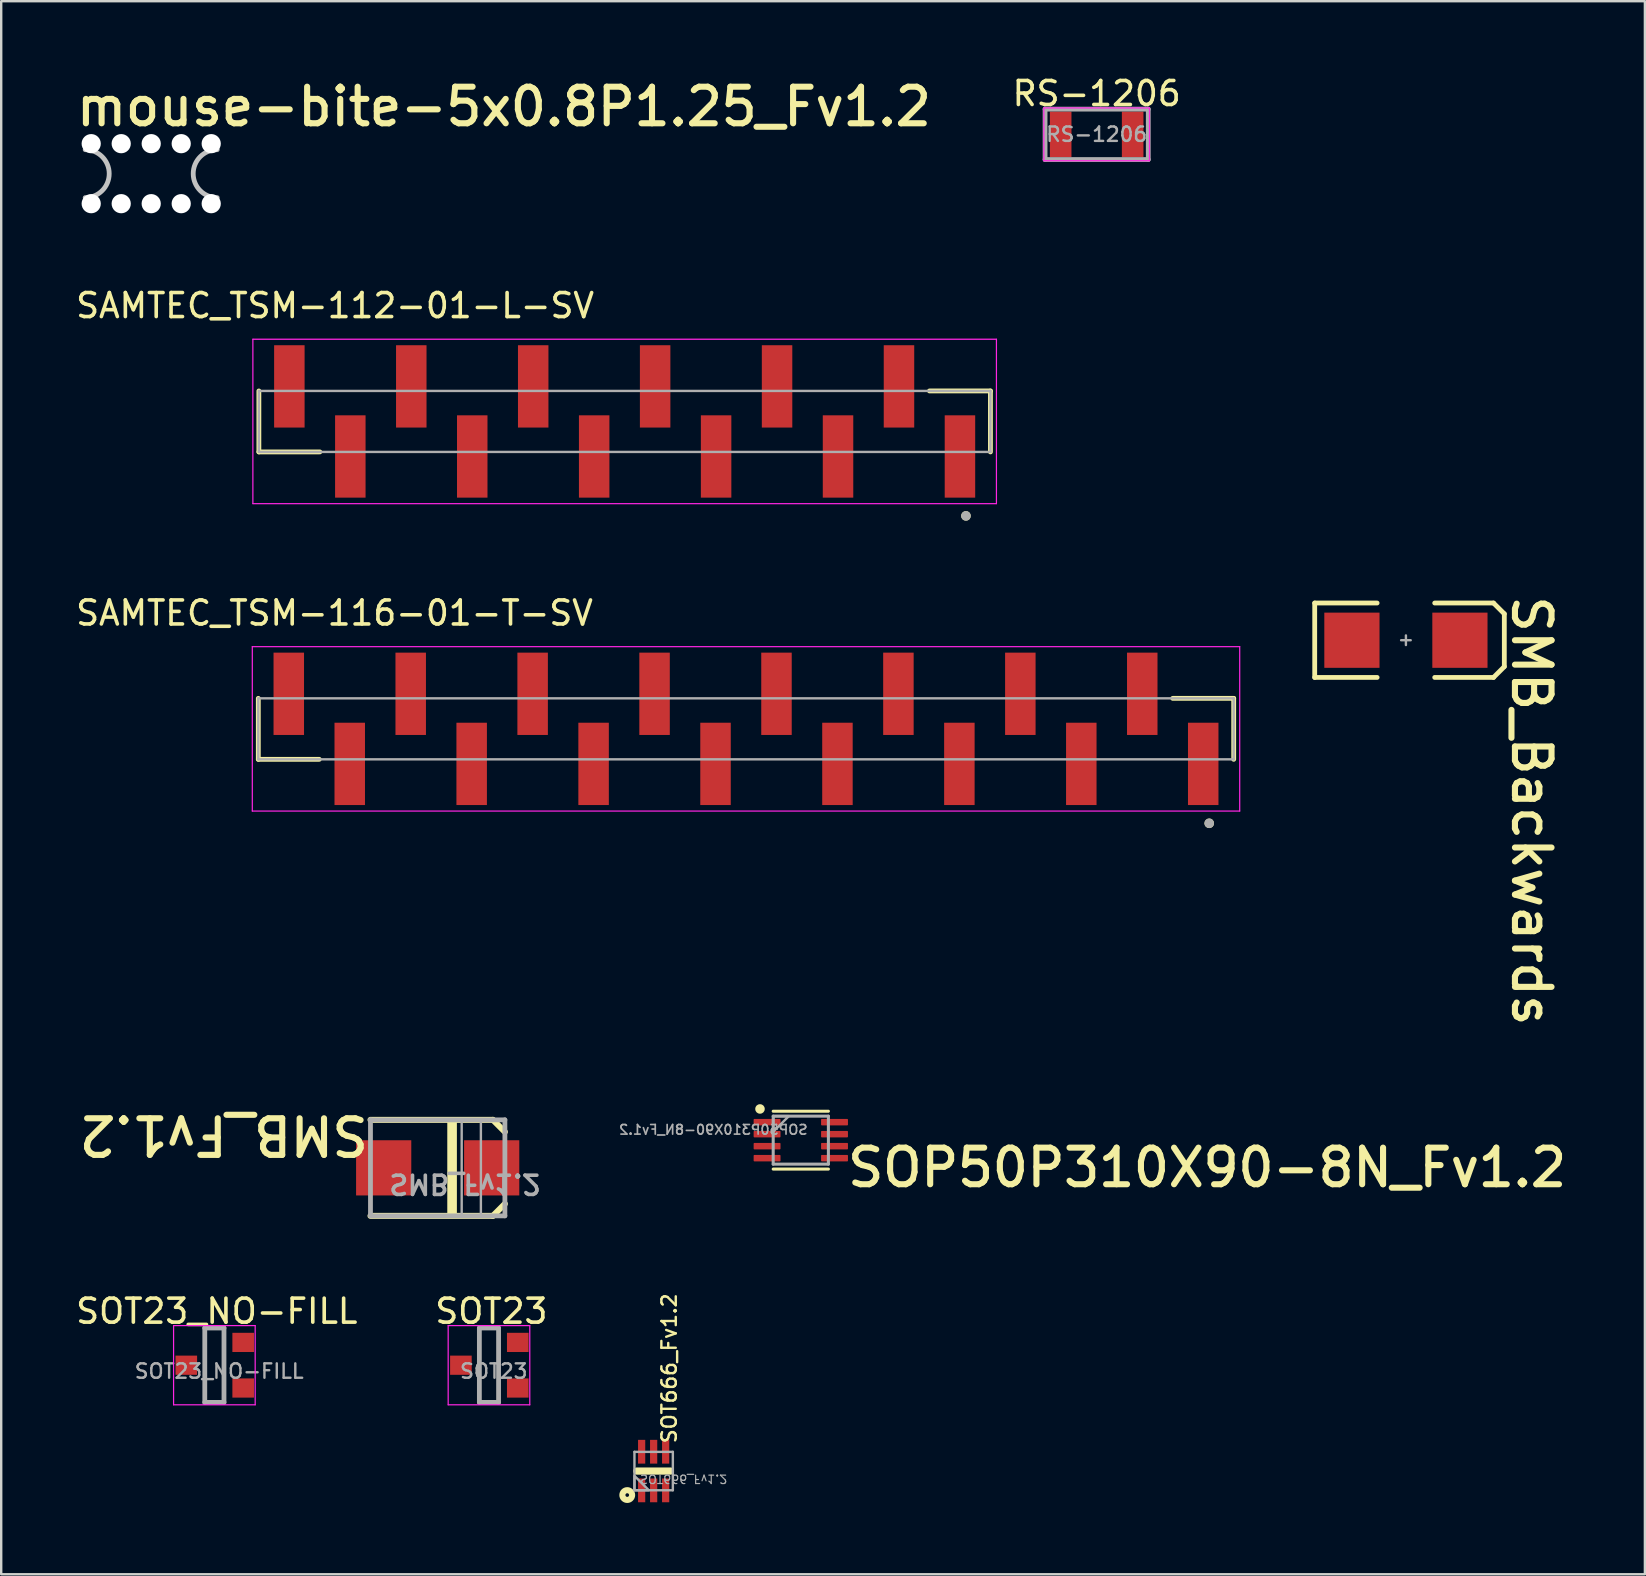
<source format=kicad_pcb>
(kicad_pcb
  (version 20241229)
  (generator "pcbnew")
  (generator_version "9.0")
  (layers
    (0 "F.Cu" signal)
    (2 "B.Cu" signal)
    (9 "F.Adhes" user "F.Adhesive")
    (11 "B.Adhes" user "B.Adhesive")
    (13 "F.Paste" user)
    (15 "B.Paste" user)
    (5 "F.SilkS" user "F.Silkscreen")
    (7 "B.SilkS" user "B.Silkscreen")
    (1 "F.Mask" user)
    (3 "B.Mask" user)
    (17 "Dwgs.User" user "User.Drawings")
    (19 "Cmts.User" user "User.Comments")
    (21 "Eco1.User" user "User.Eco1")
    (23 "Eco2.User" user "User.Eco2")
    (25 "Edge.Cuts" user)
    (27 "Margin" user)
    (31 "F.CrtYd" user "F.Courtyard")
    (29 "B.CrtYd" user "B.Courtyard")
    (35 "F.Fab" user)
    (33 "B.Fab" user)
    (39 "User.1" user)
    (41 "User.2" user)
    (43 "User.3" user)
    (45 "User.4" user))
  (footprint "SOT666_Fv1.2"
    (layer "F.Cu")
    (at 24.184 58.241)
    (property "Reference" "SOT666_Fv1.2" (at 1 -1.1 90) (unlocked yes) (layer "F.SilkS") (effects (font (size 0.6 0.6) (thickness 0.1)) (justify left bottom)))
    (fp_line (start 0.7 0) (end -0.7 0) (stroke (width 0.3) (type solid)) (layer "F.SilkS"))
    (fp_circle (center -1.1 1) (end -1.1 0.924) (stroke (width 0.254) (type solid)) (fill no) (layer "F.SilkS"))
    (fp_line (start -0.8 0.8) (end -0.8 -0.8) (stroke (width 0.1) (type solid)) (layer "F.Fab"))
    (fp_line (start 0.8 -0.8) (end -0.8 -0.8) (stroke (width 0.1) (type solid)) (layer "F.Fab"))
    (fp_line (start 0.8 0.8) (end -0.8 0.8) (stroke (width 0.1) (type solid)) (layer "F.Fab"))
    (fp_line (start 0.8 0.8) (end 0.8 -0.8) (stroke (width 0.1) (type solid)) (layer "F.Fab"))
    (fp_poly (pts (xy -0.8 0.8) (xy -0.8 0.2) (xy -0.2 0.8)) (stroke (width 0.1) (type default)) (fill no) (layer "F.Fab"))
    (fp_text user "${REFERENCE}" (at -0.6 0.125 180) (unlocked yes) (layer "F.Fab") (effects (font (size 0.35 0.35) (thickness 0.05)) (justify left bottom mirror)))
    (pad "1" smd rect (at -0.5 0.805 270) (size 0.99 0.3) (layers "F.Cu" "F.Mask" "F.Paste"))
    (pad "2" smd rect (at 0 0.805 270) (size 0.99 0.3) (layers "F.Cu" "F.Mask" "F.Paste"))
    (pad "3" smd rect (at 0.5 0.805 270) (size 0.99 0.3) (layers "F.Cu" "F.Mask" "F.Paste"))
    (pad "4" smd rect (at 0.5 -0.805 270) (size 0.99 0.3) (layers "F.Cu" "F.Mask" "F.Paste"))
    (pad "5" smd rect (at 0 -0.805 270) (size 0.99 0.3) (layers "F.Cu" "F.Mask" "F.Paste"))
    (pad "6" smd rect (at -0.5 -0.805 270) (size 0.99 0.3) (layers "F.Cu" "F.Mask" "F.Paste")))
  (footprint "mouse-bite-5x0.8P1.25_Fv1.2"
    (layer "F.Cu")
    (at 0.5 5.186)
    (property "Reference" "mouse-bite-5x0.8P1.25_Fv1.2" (at -0.5 -2.9 0) (unlocked yes) (layer "F.SilkS") (effects (font (size 1.524 1.524) (thickness 0.254)) (justify left bottom)))
    (attr board_only exclude_from_bom)
    (fp_arc (start 0 -2) (mid 1 -1) (end 0 0) (stroke (width 0.2) (type solid)) (layer "Dwgs.User"))
    (fp_arc (start 5.5 0) (mid 4.5 -1) (end 5.5 -2) (stroke (width 0.2) (type solid)) (layer "Dwgs.User"))
    (pad "" np_thru_hole circle (at 0.25 -2.25 180) (size 0.8 0.8) (drill 0.8) (layers "*.Cu" "*.Mask"))
    (pad "" np_thru_hole circle (at 0.25 0.25 180) (size 0.8 0.8) (drill 0.8) (layers "*.Cu" "*.Mask"))
    (pad "" np_thru_hole circle (at 1.5 -2.25 180) (size 0.8 0.8) (drill 0.8) (layers "*.Cu" "*.Mask"))
    (pad "" np_thru_hole circle (at 1.5 0.25 180) (size 0.8 0.8) (drill 0.8) (layers "*.Cu" "*.Mask"))
    (pad "" np_thru_hole circle (at 2.75 -2.25 180) (size 0.8 0.8) (drill 0.8) (layers "*.Cu" "*.Mask"))
    (pad "" np_thru_hole circle (at 2.75 0.25 180) (size 0.8 0.8) (drill 0.8) (layers "*.Cu" "*.Mask"))
    (pad "" np_thru_hole circle (at 4 -2.25 180) (size 0.8 0.8) (drill 0.8) (layers "*.Cu" "*.Mask"))
    (pad "" np_thru_hole circle (at 4 0.25 180) (size 0.8 0.8) (drill 0.8) (layers "*.Cu" "*.Mask"))
    (pad "" np_thru_hole circle (at 5.25 -2.25 180) (size 0.8 0.8) (drill 0.8) (layers "*.Cu" "*.Mask"))
    (pad "" np_thru_hole circle (at 5.25 0.25 180) (size 0.8 0.8) (drill 0.8) (layers "*.Cu" "*.Mask"))
    (zone (net_name "") (layers "F.Cu" "B.Cu" "F.Adhes") (hatch edge 0.5) (connect_pads) (min_thickness 0.25) (filled_areas_thickness no) (keepout (tracks not_allowed) (vias not_allowed) (pads allowed) (copperpour not_allowed) (footprints allowed)) (placement (enabled no)) (fill) (polygon (pts (xy 0.6 2.616) (xy 0.6 5.756) (xy 5.9 5.756) (xy 5.9 2.616)))))
  (footprint "RS-1206"
    (layer "F.Cu")
    (at 42.642 2.548)
    (property "Reference" "RS-1206" (at 0 -1.7 0) (layer "F.SilkS") (effects (font (size 1 1) (thickness 0.15))))
    (attr smd)
    (fp_line (start -2.2 -1.1) (end 2.2 -1.1) (stroke (width 0.05) (type solid)) (layer "F.CrtYd"))
    (fp_line (start -2.2 1.1) (end -2.2 -1.1) (stroke (width 0.05) (type solid)) (layer "F.CrtYd"))
    (fp_line (start 2.2 -1.1) (end 2.2 1.1) (stroke (width 0.05) (type solid)) (layer "F.CrtYd"))
    (fp_line (start 2.2 1.1) (end -2.2 1.1) (stroke (width 0.05) (type solid)) (layer "F.CrtYd"))
    (fp_line (start -2.15 -1.05) (end 2.15 -1.05) (stroke (width 0.2) (type solid)) (layer "F.Fab"))
    (fp_line (start -2.15 1.05) (end -2.15 -1.05) (stroke (width 0.2) (type solid)) (layer "F.Fab"))
    (fp_line (start 2.15 -1.05) (end 2.15 1.05) (stroke (width 0.2) (type solid)) (layer "F.Fab"))
    (fp_line (start 2.15 1.05) (end -2.15 1.05) (stroke (width 0.2) (type solid)) (layer "F.Fab"))
    (fp_text user "${REFERENCE}" (at 0 0 0) (layer "F.Fab") (effects (font (size 0.6 0.6) (thickness 0.1) (bold yes))))
    (pad "1" smd rect (at -1.5 0) (size 0.9 1.9) (layers "F.Cu" "F.Mask" "F.Paste"))
    (pad "2" smd rect (at 1.5 0) (size 0.9 1.9) (layers "F.Cu" "F.Mask" "F.Paste")))
  (footprint "SOT23_NO-FILL"
    (layer "F.Cu")
    (at 7.082 54.781)
    (property "Reference" "SOT23_NO-FILL" (at -1.1 -3.2 0) (layer "F.SilkS") (effects (font (size 1 1) (thickness 0.15))))
    (attr smd)
    (fp_line (start -2.9 -2.6) (end 0.5 -2.6) (stroke (width 0.05) (type solid)) (layer "F.CrtYd"))
    (fp_line (start -2.9 0.7) (end -2.9 -2.6) (stroke (width 0.05) (type solid)) (layer "F.CrtYd"))
    (fp_line (start 0.5 -2.6) (end 0.5 0.7) (stroke (width 0.05) (type solid)) (layer "F.CrtYd"))
    (fp_line (start 0.5 0.7) (end -2.9 0.7) (stroke (width 0.05) (type solid)) (layer "F.CrtYd"))
    (fp_line (start -1.6 -2.5) (end -0.8 -2.5) (stroke (width 0.2) (type solid)) (layer "F.Fab"))
    (fp_line (start -1.6 0.6) (end -1.6 -2.5) (stroke (width 0.2) (type solid)) (layer "F.Fab"))
    (fp_line (start -0.8 -2.5) (end -0.8 0.6) (stroke (width 0.2) (type solid)) (layer "F.Fab"))
    (fp_line (start -0.8 0.6) (end -1.6 0.6) (stroke (width 0.2) (type solid)) (layer "F.Fab"))
    (fp_text user "${REFERENCE}" (at -1 -0.7 0) (layer "F.Fab") (effects (font (size 0.6 0.6) (thickness 0.1) (bold yes))))
    (pad "1" smd rect (at 0 0) (size 0.9 0.8) (layers "F.Cu" "F.Mask" "F.Paste"))
    (pad "2" smd rect (at 0 -1.9) (size 0.9 0.8) (layers "F.Cu" "F.Mask" "F.Paste"))
    (pad "3" smd rect (at -2.37 -0.95) (size 0.9 0.8) (layers "F.Cu" "F.Mask" "F.Paste")))
  (footprint "SMB_Backwards"
    (layer "F.Cu")
    (at 55.527 23.625)
    (property "Reference" "SMB_Backwards" (at 4.343 -1.981 270) (unlocked yes) (layer "F.SilkS") (effects (font (size 1.524 1.524) (thickness 0.254)) (justify left bottom)))
    (fp_line (start -3.8 -1.55) (end -1.2 -1.55) (stroke (width 0.2) (type solid)) (layer "F.SilkS"))
    (fp_line (start -3.8 1.55) (end -3.8 -1.55) (stroke (width 0.2) (type solid)) (layer "F.SilkS"))
    (fp_line (start -3.8 1.55) (end -1.2 1.55) (stroke (width 0.2) (type solid)) (layer "F.SilkS"))
    (fp_line (start 1.2 -1.55) (end 3.65 -1.55) (stroke (width 0.2) (type solid)) (layer "F.SilkS"))
    (fp_line (start 1.2 1.55) (end 3.65 1.55) (stroke (width 0.2) (type solid)) (layer "F.SilkS"))
    (fp_line (start 3.65 1.55) (end 4.1 1.1) (stroke (width 0.2) (type solid)) (layer "F.SilkS"))
    (fp_line (start 4.1 -1.1) (end 3.65 -1.55) (stroke (width 0.2) (type solid)) (layer "F.SilkS"))
    (fp_line (start 4.1 1.1) (end 4.1 -1.1) (stroke (width 0.2) (type solid)) (layer "F.SilkS"))
    (fp_line (start -0.2 0) (end 0.2 0) (stroke (width 0.1) (type solid)) (layer "F.Fab"))
    (fp_line (start 0 0.2) (end 0 -0.2) (stroke (width 0.1) (type solid)) (layer "F.Fab"))
    (pad "1" smd rect (at -2.25 0) (size 2.3 2.3) (layers "F.Cu" "F.Mask" "F.Paste"))
    (pad "2" smd rect (at 2.25 0) (size 2.3 2.3) (layers "F.Cu" "F.Mask" "F.Paste")))
  (footprint "SAMTEC_TSM-112-01-L-SV"
    (layer "F.Cu")
    (at 22.976 14.509)
    (property "Reference" "SAMTEC_TSM-112-01-L-SV" (at -12.065 -4.825 0) (layer "F.SilkS") (effects (font (size 1 1) (thickness 0.15))))
    (attr through_hole)
    (fp_line (start -15.24 1.27) (end -15.24 -1.27) (stroke (width 0.2) (type solid)) (layer "F.SilkS"))
    (fp_line (start -15.24 1.27) (end -12.7 1.27) (stroke (width 0.2) (type solid)) (layer "F.SilkS"))
    (fp_line (start 12.7 -1.27) (end 15.24 -1.27) (stroke (width 0.2) (type solid)) (layer "F.SilkS"))
    (fp_line (start 15.24 -1.27) (end 15.24 1.27) (stroke (width 0.2) (type solid)) (layer "F.SilkS"))
    (fp_circle (center 14.22 3.935) (end 14.32 3.935) (stroke (width 0.2) (type solid)) (fill no) (layer "F.SilkS"))
    (fp_line (start -15.49 -3.425) (end 15.49 -3.425) (stroke (width 0.05) (type solid)) (layer "F.CrtYd"))
    (fp_line (start -15.49 3.425) (end -15.49 -3.425) (stroke (width 0.05) (type solid)) (layer "F.CrtYd"))
    (fp_line (start 15.49 -3.425) (end 15.49 3.425) (stroke (width 0.05) (type solid)) (layer "F.CrtYd"))
    (fp_line (start 15.49 3.425) (end -15.49 3.425) (stroke (width 0.05) (type solid)) (layer "F.CrtYd"))
    (fp_line (start -15.24 -1.27) (end 15.24 -1.27) (stroke (width 0.1) (type solid)) (layer "F.Fab"))
    (fp_line (start -15.24 1.27) (end -15.24 -1.27) (stroke (width 0.1) (type solid)) (layer "F.Fab"))
    (fp_line (start 15.24 -1.27) (end 15.24 1.27) (stroke (width 0.1) (type solid)) (layer "F.Fab"))
    (fp_line (start 15.24 1.27) (end -15.24 1.27) (stroke (width 0.1) (type solid)) (layer "F.Fab"))
    (fp_circle (center 14.22 3.935) (end 14.32 3.935) (stroke (width 0.2) (type solid)) (fill no) (layer "F.Fab"))
    (pad "01" smd rect (at 13.97 1.46) (size 1.27 3.43) (layers "F.Cu" "F.Mask" "F.Paste"))
    (pad "02" smd rect (at 11.43 -1.46) (size 1.27 3.43) (layers "F.Cu" "F.Mask" "F.Paste"))
    (pad "03" smd rect (at 8.89 1.46) (size 1.27 3.43) (layers "F.Cu" "F.Mask" "F.Paste"))
    (pad "04" smd rect (at 6.35 -1.46) (size 1.27 3.43) (layers "F.Cu" "F.Mask" "F.Paste"))
    (pad "05" smd rect (at 3.81 1.46) (size 1.27 3.43) (layers "F.Cu" "F.Mask" "F.Paste"))
    (pad "06" smd rect (at 1.27 -1.46) (size 1.27 3.43) (layers "F.Cu" "F.Mask" "F.Paste"))
    (pad "07" smd rect (at -1.27 1.46) (size 1.27 3.43) (layers "F.Cu" "F.Mask" "F.Paste"))
    (pad "08" smd rect (at -3.81 -1.46) (size 1.27 3.43) (layers "F.Cu" "F.Mask" "F.Paste"))
    (pad "09" smd rect (at -6.35 1.46) (size 1.27 3.43) (layers "F.Cu" "F.Mask" "F.Paste"))
    (pad "10" smd rect (at -8.89 -1.46) (size 1.27 3.43) (layers "F.Cu" "F.Mask" "F.Paste"))
    (pad "11" smd rect (at -11.43 1.46) (size 1.27 3.43) (layers "F.Cu" "F.Mask" "F.Paste"))
    (pad "12" smd rect (at -13.97 -1.46) (size 1.27 3.43) (layers "F.Cu" "F.Mask" "F.Paste")))
  (footprint "SOT23"
    (layer "F.Cu")
    (at 18.523 54.781)
    (property "Reference" "SOT23" (at -1.1 -3.2 0) (layer "F.SilkS") (effects (font (size 1 1) (thickness 0.15))))
    (attr smd)
    (fp_line (start -2.9 -2.6) (end 0.5 -2.6) (stroke (width 0.05) (type solid)) (layer "F.CrtYd"))
    (fp_line (start -2.9 0.7) (end -2.9 -2.6) (stroke (width 0.05) (type solid)) (layer "F.CrtYd"))
    (fp_line (start 0.5 -2.6) (end 0.5 0.7) (stroke (width 0.05) (type solid)) (layer "F.CrtYd"))
    (fp_line (start 0.5 0.7) (end -2.9 0.7) (stroke (width 0.05) (type solid)) (layer "F.CrtYd"))
    (fp_line (start -1.6 -2.5) (end -0.8 -2.5) (stroke (width 0.2) (type solid)) (layer "F.Fab"))
    (fp_line (start -1.6 0.6) (end -1.6 -2.5) (stroke (width 0.2) (type solid)) (layer "F.Fab"))
    (fp_line (start -0.8 -2.5) (end -0.8 0.6) (stroke (width 0.2) (type solid)) (layer "F.Fab"))
    (fp_line (start -0.8 0.6) (end -1.6 0.6) (stroke (width 0.2) (type solid)) (layer "F.Fab"))
    (fp_text user "${REFERENCE}" (at -1 -0.7 0) (layer "F.Fab") (effects (font (size 0.6 0.6) (thickness 0.1) (bold yes))))
    (pad "1" smd rect (at 0 0) (size 0.9 0.8) (layers "F.Cu" "F.Mask" "F.Paste"))
    (pad "2" smd rect (at 0 -1.9) (size 0.9 0.8) (layers "F.Cu" "F.Mask" "F.Paste"))
    (pad "3" smd rect (at -2.37 -0.95) (size 0.9 0.8) (layers "F.Cu" "F.Mask" "F.Paste")))
  (footprint "SAMTEC_TSM-116-01-T-SV"
    (layer "F.Cu")
    (at 28.032 27.317)
    (property "Reference" "SAMTEC_TSM-116-01-T-SV" (at -17.145 -4.825 0) (layer "F.SilkS") (effects (font (size 1 1) (thickness 0.15))))
    (attr through_hole)
    (fp_line (start -20.32 1.27) (end -20.32 -1.27) (stroke (width 0.2) (type solid)) (layer "F.SilkS"))
    (fp_line (start -20.32 1.27) (end -17.78 1.27) (stroke (width 0.2) (type solid)) (layer "F.SilkS"))
    (fp_line (start 17.78 -1.27) (end 20.32 -1.27) (stroke (width 0.2) (type solid)) (layer "F.SilkS"))
    (fp_line (start 20.32 -1.27) (end 20.32 1.27) (stroke (width 0.2) (type solid)) (layer "F.SilkS"))
    (fp_circle (center 19.3 3.935) (end 19.4 3.935) (stroke (width 0.2) (type solid)) (fill no) (layer "F.SilkS"))
    (fp_line (start -20.57 -3.425) (end 20.57 -3.425) (stroke (width 0.05) (type solid)) (layer "F.CrtYd"))
    (fp_line (start -20.57 3.425) (end -20.57 -3.425) (stroke (width 0.05) (type solid)) (layer "F.CrtYd"))
    (fp_line (start 20.57 -3.425) (end 20.57 3.425) (stroke (width 0.05) (type solid)) (layer "F.CrtYd"))
    (fp_line (start 20.57 3.425) (end -20.57 3.425) (stroke (width 0.05) (type solid)) (layer "F.CrtYd"))
    (fp_line (start -20.32 -1.27) (end 20.32 -1.27) (stroke (width 0.1) (type solid)) (layer "F.Fab"))
    (fp_line (start -20.32 1.27) (end -20.32 -1.27) (stroke (width 0.1) (type solid)) (layer "F.Fab"))
    (fp_line (start 20.32 -1.27) (end 20.32 1.27) (stroke (width 0.1) (type solid)) (layer "F.Fab"))
    (fp_line (start 20.32 1.27) (end -20.32 1.27) (stroke (width 0.1) (type solid)) (layer "F.Fab"))
    (fp_circle (center 19.3 3.935) (end 19.4 3.935) (stroke (width 0.2) (type solid)) (fill no) (layer "F.Fab"))
    (pad "01" smd rect (at 19.05 1.46) (size 1.27 3.43) (layers "F.Cu" "F.Mask" "F.Paste"))
    (pad "02" smd rect (at 16.51 -1.46) (size 1.27 3.43) (layers "F.Cu" "F.Mask" "F.Paste"))
    (pad "03" smd rect (at 13.97 1.46) (size 1.27 3.43) (layers "F.Cu" "F.Mask" "F.Paste"))
    (pad "04" smd rect (at 11.43 -1.46) (size 1.27 3.43) (layers "F.Cu" "F.Mask" "F.Paste"))
    (pad "05" smd rect (at 8.89 1.46) (size 1.27 3.43) (layers "F.Cu" "F.Mask" "F.Paste"))
    (pad "06" smd rect (at 6.35 -1.46) (size 1.27 3.43) (layers "F.Cu" "F.Mask" "F.Paste"))
    (pad "07" smd rect (at 3.81 1.46) (size 1.27 3.43) (layers "F.Cu" "F.Mask" "F.Paste"))
    (pad "08" smd rect (at 1.27 -1.46) (size 1.27 3.43) (layers "F.Cu" "F.Mask" "F.Paste"))
    (pad "09" smd rect (at -1.27 1.46) (size 1.27 3.43) (layers "F.Cu" "F.Mask" "F.Paste"))
    (pad "10" smd rect (at -3.81 -1.46) (size 1.27 3.43) (layers "F.Cu" "F.Mask" "F.Paste"))
    (pad "11" smd rect (at -6.35 1.46) (size 1.27 3.43) (layers "F.Cu" "F.Mask" "F.Paste"))
    (pad "12" smd rect (at -8.89 -1.46) (size 1.27 3.43) (layers "F.Cu" "F.Mask" "F.Paste"))
    (pad "13" smd rect (at -11.43 1.46) (size 1.27 3.43) (layers "F.Cu" "F.Mask" "F.Paste"))
    (pad "14" smd rect (at -13.97 -1.46) (size 1.27 3.43) (layers "F.Cu" "F.Mask" "F.Paste"))
    (pad "15" smd rect (at -16.51 1.46) (size 1.27 3.43) (layers "F.Cu" "F.Mask" "F.Paste"))
    (pad "16" smd rect (at -19.05 -1.46) (size 1.27 3.43) (layers "F.Cu" "F.Mask" "F.Paste")))
  (footprint "SMB_Fv1.2"
    (layer "F.Cu")
    (at 15.186 45.608)
    (property "Reference" "SMB_Fv1.2" (at -2.755 -2.265 180) (unlocked yes) (layer "F.SilkS") (effects (font (size 1.524 1.524) (thickness 0.254)) (justify left bottom)))
    (fp_line (start 2.3 -2) (end -2.8 -2) (stroke (width 0.25) (type solid)) (layer "F.SilkS"))
    (fp_line (start 2.3 2) (end -2.8 2) (stroke (width 0.25) (type solid)) (layer "F.SilkS"))
    (fp_line (start 2.8 -1.5) (end 2.3 -2) (stroke (width 0.25) (type solid)) (layer "F.SilkS"))
    (fp_line (start 2.8 1.5) (end 2.3 2) (stroke (width 0.25) (type solid)) (layer "F.SilkS"))
    (fp_rect (start 0.4 -2) (end 0.8 2) (stroke (width 0) (type default)) (fill yes) (layer "F.SilkS"))
    (fp_line (start -2.8 2) (end -2.8 -2) (stroke (width 0.2) (type solid)) (layer "F.Fab"))
    (fp_line (start 2.8 -2) (end -2.8 -2) (stroke (width 0.2) (type solid)) (layer "F.Fab"))
    (fp_line (start 2.8 2) (end -2.8 2) (stroke (width 0.2) (type solid)) (layer "F.Fab"))
    (fp_line (start 2.8 2) (end 2.8 -2) (stroke (width 0.2) (type solid)) (layer "F.Fab"))
    (fp_rect (start 1 -2) (end 1.8 2) (stroke (width 0.1) (type default)) (fill no) (layer "F.Fab"))
    (fp_text user "${REFERENCE}" (at -2.1 0.2 180) (unlocked yes) (layer "F.Fab") (effects (font (size 0.8 0.8) (thickness 0.15)) (justify left bottom mirror)))
    (pad "1" smd rect (at 2.25 0 180) (size 2.3 2.3) (layers "F.Cu" "F.Mask" "F.Paste"))
    (pad "2" smd rect (at -2.25 0 180) (size 2.3 2.3) (layers "F.Cu" "F.Mask" "F.Paste")))
  (footprint "SOP50P310X90-8N_Fv1.2"
    (layer "F.Cu")
    (at 30.315 44.454)
    (property "Reference" "SOP50P310X90-8N_Fv1.2" (at 1.813 2.036 0) (unlocked yes) (layer "F.SilkS") (effects (font (size 1.524 1.524) (thickness 0.254)) (justify left bottom)))
    (fp_line (start -1.15 -1.205) (end 1.15 -1.205) (stroke (width 0.127) (type solid)) (layer "F.SilkS"))
    (fp_line (start -1.15 1.205) (end 1.15 1.205) (stroke (width 0.127) (type solid)) (layer "F.SilkS"))
    (fp_circle (center -1.7 -1.3) (end -1.7 -1.2) (stroke (width 0.2) (type solid)) (fill no) (layer "F.SilkS"))
    (fp_line (start -1.15 -1) (end -1.15 1) (stroke (width 0.127) (type solid)) (layer "F.Fab"))
    (fp_line (start -1.15 -1) (end 1.15 -1) (stroke (width 0.127) (type solid)) (layer "F.Fab"))
    (fp_line (start -1.15 1) (end 1.15 1) (stroke (width 0.127) (type solid)) (layer "F.Fab"))
    (fp_line (start 1.15 -1) (end 1.15 1) (stroke (width 0.127) (type solid)) (layer "F.Fab"))
    (fp_poly (pts (xy -1.15 -1) (xy -0.5 -1) (xy -1.15 -0.35)) (stroke (width 0.1) (type default)) (fill no) (layer "F.Fab"))
    (fp_text user "${REFERENCE}" (at 0.325 -0.2 0) (unlocked yes) (layer "F.Fab") (effects (font (size 0.4 0.4) (thickness 0.07)) (justify left bottom mirror)))
    (pad "1" smd roundrect (at -1.405 -0.75 180) (size 1.12 0.27) (layers "F.Cu" "F.Mask" "F.Paste") (roundrect_rratio 0.125))
    (pad "2" smd roundrect (at -1.405 -0.25 180) (size 1.12 0.27) (layers "F.Cu" "F.Mask" "F.Paste") (roundrect_rratio 0.125))
    (pad "3" smd roundrect (at -1.405 0.25 180) (size 1.12 0.27) (layers "F.Cu" "F.Mask" "F.Paste") (roundrect_rratio 0.125))
    (pad "4" smd roundrect (at -1.405 0.75 180) (size 1.12 0.27) (layers "F.Cu" "F.Mask" "F.Paste") (roundrect_rratio 0.125))
    (pad "5" smd roundrect (at 1.405 0.75 180) (size 1.12 0.27) (layers "F.Cu" "F.Mask" "F.Paste") (roundrect_rratio 0.125))
    (pad "6" smd roundrect (at 1.405 0.25 180) (size 1.12 0.27) (layers "F.Cu" "F.Mask" "F.Paste") (roundrect_rratio 0.125))
    (pad "7" smd roundrect (at 1.405 -0.25 180) (size 1.12 0.27) (layers "F.Cu" "F.Mask" "F.Paste") (roundrect_rratio 0.125))
    (pad "8" smd roundrect (at 1.405 -0.75 180) (size 1.12 0.27) (layers "F.Cu" "F.Mask" "F.Paste") (roundrect_rratio 0.125)))
  (gr_rect
    (start -3 -3)
    (end 65.484 62.541)
    (stroke (width 0.1) (type default))
    (fill no)
    (layer "Edge.Cuts")))
</source>
